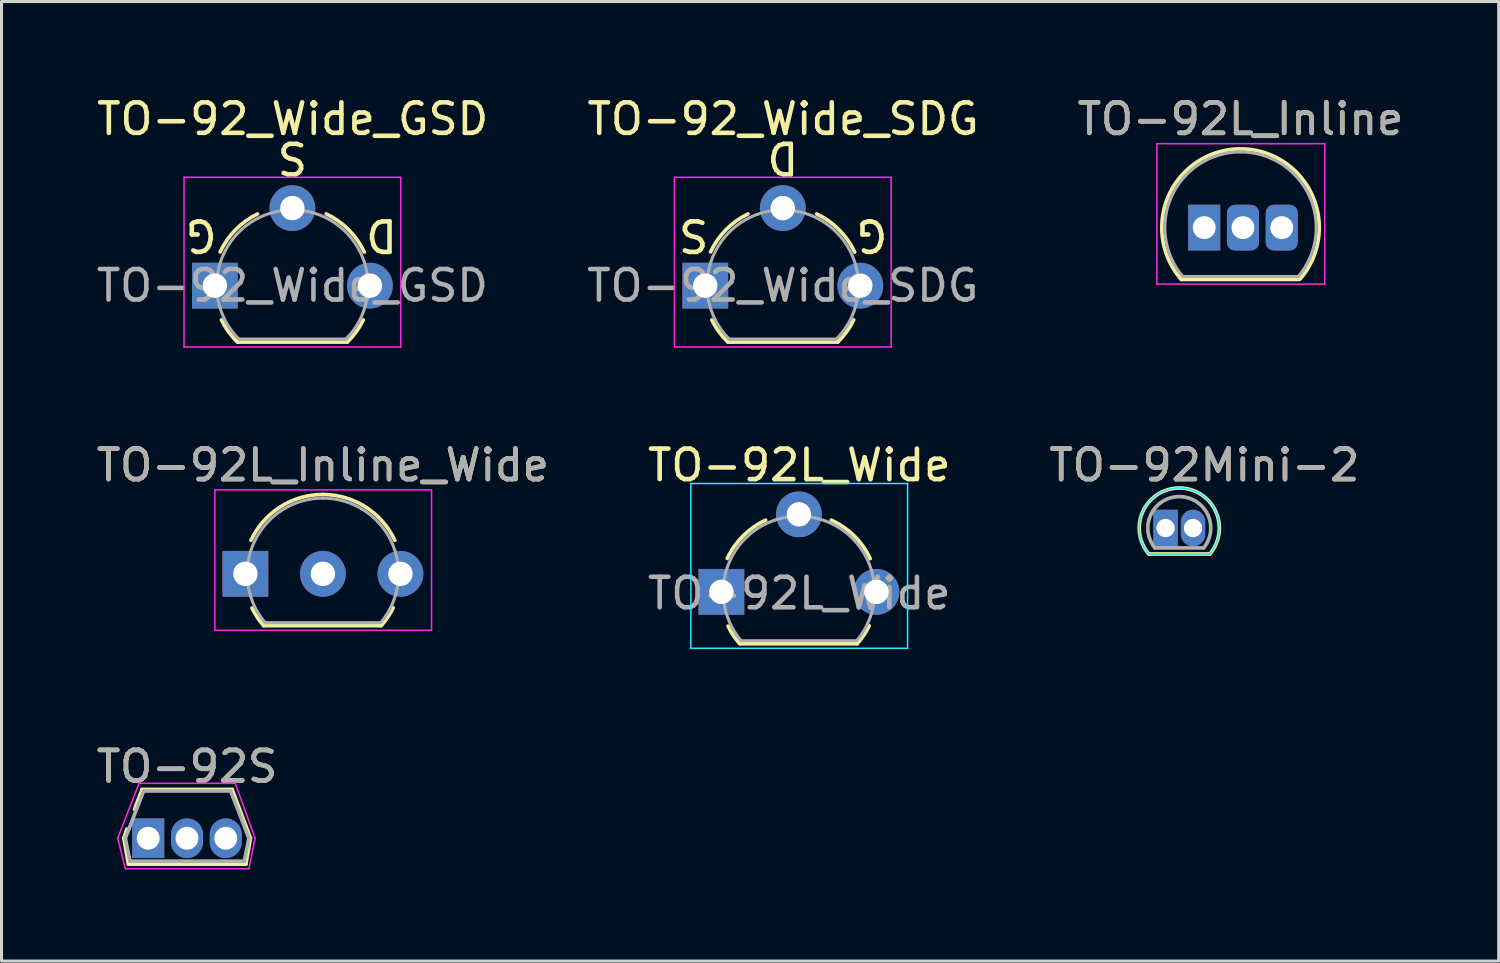
<source format=kicad_pcb>
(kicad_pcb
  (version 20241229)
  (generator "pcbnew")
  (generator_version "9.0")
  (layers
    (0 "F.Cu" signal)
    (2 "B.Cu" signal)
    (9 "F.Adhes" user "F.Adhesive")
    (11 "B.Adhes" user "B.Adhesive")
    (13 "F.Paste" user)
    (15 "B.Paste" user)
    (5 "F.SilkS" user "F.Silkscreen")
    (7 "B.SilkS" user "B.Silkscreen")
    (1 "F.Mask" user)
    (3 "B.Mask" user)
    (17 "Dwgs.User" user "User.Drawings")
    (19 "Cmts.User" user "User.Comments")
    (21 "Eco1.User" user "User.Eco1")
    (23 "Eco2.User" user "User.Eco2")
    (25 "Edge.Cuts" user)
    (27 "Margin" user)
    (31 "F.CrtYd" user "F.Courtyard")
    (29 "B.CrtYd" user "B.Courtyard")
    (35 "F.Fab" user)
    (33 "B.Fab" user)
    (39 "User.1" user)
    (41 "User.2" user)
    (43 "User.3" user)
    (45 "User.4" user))
  (footprint "TO-92Mini-2"
    (layer "F.Cu")
    (at 35.141 14.252)
    (property "Reference" "TO-92Mini-2" (at 1.27 -2.06 0) (layer "F.SilkS") (effects (font (size 1 1) (thickness 0.15))))
    (attr through_hole)
    (fp_line (start -0.55 0.85) (end 1.45 0.85) (stroke (width 0.12) (type solid)) (layer "F.SilkS"))
    (fp_arc (start -0.55 0.85) (mid 0.45 -1.31244) (end 1.45 0.85) (stroke (width 0.12) (type solid)) (layer "F.SilkS"))
    (fp_line (start -0.55 0.85) (end 1.45 0.85) (stroke (width 0.05) (type solid)) (layer "B.CrtYd"))
    (fp_arc (start -0.550431 0.849492) (mid 0.450333 -1.31244) (end 1.45 0.85) (stroke (width 0.05) (type solid)) (layer "B.CrtYd"))
    (fp_line (start -0.35 0.65) (end 1.25 0.65) (stroke (width 0.12) (type solid)) (layer "F.Fab"))
    (fp_arc (start -0.349861 0.650171) (mid 0.44989 -1.030776) (end 1.25 0.65) (stroke (width 0.12) (type solid)) (layer "F.Fab"))
    (fp_text user "${REFERENCE}" (at 1.27 -2.06 0) (layer "F.Fab") (effects (font (size 1 1) (thickness 0.15))))
    (pad "1" thru_hole rect (at 0 0 180) (size 0.8 1.2) (drill 0.6) (layers "*.Cu" "*.Mask"))
    (pad "2" thru_hole oval (at 0.9 0 180) (size 0.8 1.2) (drill 0.6) (layers "*.Cu" "*.Mask")))
  (footprint "TO-92L_Inline"
    (layer "F.Cu")
    (at 36.407 4.408)
    (property "Reference" "TO-92L_Inline" (at 1.19 -3.56 0) (layer "F.SilkS") (effects (font (size 1 1) (thickness 0.15))))
    (attr through_hole)
    (fp_line (start -0.75 1.7) (end 3.1 1.7) (stroke (width 0.12) (type solid)) (layer "F.SilkS"))
    (fp_arc (start -0.75 1.7) (mid 1.183448 -2.579449) (end 3.138611 1.690122) (stroke (width 0.12) (type solid)) (layer "F.SilkS"))
    (fp_line (start -1.55 -2.75) (end -1.55 1.85) (stroke (width 0.05) (type solid)) (layer "F.CrtYd"))
    (fp_line (start -1.55 -2.75) (end 3.95 -2.75) (stroke (width 0.05) (type solid)) (layer "F.CrtYd"))
    (fp_line (start 3.95 1.85) (end -1.55 1.85) (stroke (width 0.05) (type solid)) (layer "F.CrtYd"))
    (fp_line (start 3.95 1.85) (end 3.95 -2.75) (stroke (width 0.05) (type solid)) (layer "F.CrtYd"))
    (fp_line (start -0.7 1.6) (end 3.05 1.6) (stroke (width 0.1) (type solid)) (layer "F.Fab"))
    (fp_arc (start -0.702818 1.602385) (mid -1.059924 -1.043188) (end 1.19 -2.48) (stroke (width 0.1) (type solid)) (layer "F.Fab"))
    (fp_arc (start 1.19 -2.48) (mid 3.437211 -1.049019) (end 3.091103 1.592547) (stroke (width 0.1) (type solid)) (layer "F.Fab"))
    (fp_text user "${REFERENCE}" (at 1.19 -3.56 0) (layer "F.Fab") (effects (font (size 1 1) (thickness 0.15))))
    (pad "1" thru_hole rect (at 0 0) (size 1.05 1.5) (drill 0.75) (layers "*.Cu" "*.Mask"))
    (pad "2" thru_hole roundrect (at 1.27 0) (size 1.05 1.5) (drill 0.75) (layers "*.Cu" "*.Mask") (roundrect_rratio 0.25))
    (pad "3" thru_hole roundrect (at 2.54 0) (size 1.05 1.5) (drill 0.75) (layers "*.Cu" "*.Mask") (roundrect_rratio 0.25)))
  (footprint "TO-92_Wide_GSD"
    (layer "F.Cu")
    (at 3.99 6.309)
    (property "Reference" "TO-92_Wide_GSD" (at 2.55 -5.461 0) (layer "F.SilkS") (effects (font (size 1 1) (thickness 0.15))))
    (fp_line (start 0.74 1.85) (end 4.34 1.85) (stroke (width 0.12) (type solid)) (layer "F.SilkS"))
    (fp_arc (start 0.172801 -1.103842) (mid 0.678995 -1.832692) (end 1.4 -2.35) (stroke (width 0.12) (type solid)) (layer "F.SilkS"))
    (fp_arc (start 0.74 1.85) (mid 0.446097 1.509328) (end 0.215816 1.122795) (stroke (width 0.12) (type solid)) (layer "F.SilkS"))
    (fp_arc (start 3.65 -2.35) (mid 4.382279 -1.833196) (end 4.895458 -1.098371) (stroke (width 0.12) (type solid)) (layer "F.SilkS"))
    (fp_arc (start 4.864184 1.122795) (mid 4.633903 1.509328) (end 4.34 1.85) (stroke (width 0.12) (type solid)) (layer "F.SilkS"))
    (fp_line (start -1.01 -3.55) (end -1.01 2.01) (stroke (width 0.05) (type solid)) (layer "F.CrtYd"))
    (fp_line (start -1.01 -3.55) (end 6.09 -3.55) (stroke (width 0.05) (type solid)) (layer "F.CrtYd"))
    (fp_line (start 6.09 2.01) (end -1.01 2.01) (stroke (width 0.05) (type solid)) (layer "F.CrtYd"))
    (fp_line (start 6.09 2.01) (end 6.09 -3.55) (stroke (width 0.05) (type solid)) (layer "F.CrtYd"))
    (fp_line (start 0.8 1.75) (end 4.3 1.75) (stroke (width 0.1) (type solid)) (layer "F.Fab"))
    (fp_arc (start 0.786375 1.753625) (mid 0.248779 -0.949055) (end 2.54 -2.48) (stroke (width 0.1) (type solid)) (layer "F.Fab"))
    (fp_arc (start 2.54 -2.48) (mid 4.831221 -0.949055) (end 4.293625 1.753625) (stroke (width 0.1) (type solid)) (layer "F.Fab"))
    (fp_text user "D" (at 5.461 -1.651 180) (unlocked yes) (layer "F.SilkS") (effects (font (size 1 1) (thickness 0.15))))
    (fp_text user "S" (at 2.54 -4.191 180) (unlocked yes) (layer "F.SilkS") (effects (font (size 1 1) (thickness 0.15))))
    (fp_text user "G" (at -0.445 -1.651 180) (unlocked yes) (layer "F.SilkS") (effects (font (size 1 1) (thickness 0.15))))
    (fp_text user "${REFERENCE}" (at 2.54 0 0) (layer "F.Fab") (effects (font (size 1 1) (thickness 0.15))))
    (pad "1" thru_hole rect (at 0 0 90) (size 1.5 1.5) (drill 0.8) (layers "*.Cu" "*.Mask"))
    (pad "2" thru_hole circle (at 2.54 -2.54 90) (size 1.5 1.5) (drill 0.8) (layers "*.Cu" "*.Mask"))
    (pad "3" thru_hole circle (at 5.08 0 90) (size 1.5 1.5) (drill 0.8) (layers "*.Cu" "*.Mask")))
  (footprint "TO-92L_Inline_Wide"
    (layer "F.Cu")
    (at 4.99 15.752)
    (property "Reference" "TO-92L_Inline_Wide" (at 2.54 -3.56 0) (layer "F.SilkS") (effects (font (size 1 1) (thickness 0.15))))
    (attr through_hole)
    (fp_line (start 0.6 1.7) (end 4.45 1.7) (stroke (width 0.12) (type solid)) (layer "F.SilkS"))
    (fp_arc (start 0.1836 -1.098807) (mid 1.143021 -2.192817) (end 2.54 -2.6) (stroke (width 0.12) (type solid)) (layer "F.SilkS"))
    (fp_arc (start 0.6 1.7) (mid 0.389183 1.423933) (end 0.217369 1.122045) (stroke (width 0.12) (type solid)) (layer "F.SilkS"))
    (fp_arc (start 2.54 -2.6) (mid 3.936979 -2.192818) (end 4.8964 -1.098807) (stroke (width 0.12) (type solid)) (layer "F.SilkS"))
    (fp_arc (start 4.842383 1.112264) (mid 4.666594 1.419753) (end 4.45 1.7) (stroke (width 0.12) (type solid)) (layer "F.SilkS"))
    (fp_line (start -1 -2.75) (end -1 1.85) (stroke (width 0.05) (type solid)) (layer "F.CrtYd"))
    (fp_line (start -1 -2.75) (end 6.1 -2.75) (stroke (width 0.05) (type solid)) (layer "F.CrtYd"))
    (fp_line (start 6.1 1.85) (end -1 1.85) (stroke (width 0.05) (type solid)) (layer "F.CrtYd"))
    (fp_line (start 6.1 1.85) (end 6.1 -2.75) (stroke (width 0.05) (type solid)) (layer "F.CrtYd"))
    (fp_line (start 0.65 1.6) (end 4.4 1.6) (stroke (width 0.1) (type solid)) (layer "F.Fab"))
    (fp_arc (start 0.647182 1.602385) (mid 0.290076 -1.043188) (end 2.54 -2.48) (stroke (width 0.1) (type solid)) (layer "F.Fab"))
    (fp_arc (start 2.54 -2.48) (mid 4.787211 -1.049019) (end 4.441103 1.592547) (stroke (width 0.1) (type solid)) (layer "F.Fab"))
    (fp_text user "${REFERENCE}" (at 2.54 -3.56 0) (layer "F.Fab") (effects (font (size 1 1) (thickness 0.15))))
    (pad "1" thru_hole rect (at 0 0 90) (size 1.5 1.5) (drill 0.8) (layers "*.Cu" "*.Mask"))
    (pad "2" thru_hole circle (at 2.54 0 90) (size 1.5 1.5) (drill 0.8) (layers "*.Cu" "*.Mask"))
    (pad "3" thru_hole circle (at 5.08 0 90) (size 1.5 1.5) (drill 0.8) (layers "*.Cu" "*.Mask")))
  (footprint "TO-92_Wide_SDG"
    (layer "F.Cu")
    (at 20.059 6.309)
    (property "Reference" "TO-92_Wide_SDG" (at 2.55 -5.461 0) (layer "F.SilkS") (effects (font (size 1 1) (thickness 0.15))))
    (fp_line (start 0.74 1.85) (end 4.34 1.85) (stroke (width 0.12) (type solid)) (layer "F.SilkS"))
    (fp_arc (start 0.172801 -1.103842) (mid 0.678995 -1.832692) (end 1.4 -2.35) (stroke (width 0.12) (type solid)) (layer "F.SilkS"))
    (fp_arc (start 0.74 1.85) (mid 0.446097 1.509328) (end 0.215816 1.122795) (stroke (width 0.12) (type solid)) (layer "F.SilkS"))
    (fp_arc (start 3.65 -2.35) (mid 4.382279 -1.833196) (end 4.895458 -1.098371) (stroke (width 0.12) (type solid)) (layer "F.SilkS"))
    (fp_arc (start 4.864184 1.122795) (mid 4.633903 1.509328) (end 4.34 1.85) (stroke (width 0.12) (type solid)) (layer "F.SilkS"))
    (fp_line (start -1.01 -3.55) (end -1.01 2.01) (stroke (width 0.05) (type solid)) (layer "F.CrtYd"))
    (fp_line (start -1.01 -3.55) (end 6.09 -3.55) (stroke (width 0.05) (type solid)) (layer "F.CrtYd"))
    (fp_line (start 6.09 2.01) (end -1.01 2.01) (stroke (width 0.05) (type solid)) (layer "F.CrtYd"))
    (fp_line (start 6.09 2.01) (end 6.09 -3.55) (stroke (width 0.05) (type solid)) (layer "F.CrtYd"))
    (fp_line (start 0.8 1.75) (end 4.3 1.75) (stroke (width 0.1) (type solid)) (layer "F.Fab"))
    (fp_arc (start 0.786375 1.753625) (mid 0.248779 -0.949055) (end 2.54 -2.48) (stroke (width 0.1) (type solid)) (layer "F.Fab"))
    (fp_arc (start 2.54 -2.48) (mid 4.831221 -0.949055) (end 4.293625 1.753625) (stroke (width 0.1) (type solid)) (layer "F.Fab"))
    (fp_text user "S" (at -0.381 -1.651 180) (unlocked yes) (layer "F.SilkS") (effects (font (size 1 1) (thickness 0.15))))
    (fp_text user "D" (at 2.54 -4.191 180) (unlocked yes) (layer "F.SilkS") (effects (font (size 1 1) (thickness 0.15))))
    (fp_text user "G" (at 5.461 -1.651 180) (unlocked yes) (layer "F.SilkS") (effects (font (size 1 1) (thickness 0.15))))
    (fp_text user "${REFERENCE}" (at 2.54 0 0) (layer "F.Fab") (effects (font (size 1 1) (thickness 0.15))))
    (pad "1" thru_hole rect (at 0 0 90) (size 1.5 1.5) (drill 0.8) (layers "*.Cu" "*.Mask"))
    (pad "2" thru_hole circle (at 2.54 -2.54 90) (size 1.5 1.5) (drill 0.8) (layers "*.Cu" "*.Mask"))
    (pad "3" thru_hole circle (at 5.08 0 90) (size 1.5 1.5) (drill 0.8) (layers "*.Cu" "*.Mask")))
  (footprint "TO-92L_Wide"
    (layer "F.Cu")
    (at 20.587 16.343)
    (property "Reference" "TO-92L_Wide" (at 2.55 -4.15 0) (layer "F.SilkS") (effects (font (size 1 1) (thickness 0.15))))
    (attr through_hole)
    (fp_line (start 0.6 1.7) (end 4.45 1.7) (stroke (width 0.12) (type solid)) (layer "F.SilkS"))
    (fp_arc (start 0.192226 -1.094786) (mid 0.710119 -1.833613) (end 1.45 -2.35) (stroke (width 0.12) (type solid)) (layer "F.SilkS"))
    (fp_arc (start 0.6 1.7) (mid 0.389183 1.423933) (end 0.217369 1.122045) (stroke (width 0.12) (type solid)) (layer "F.SilkS"))
    (fp_arc (start 3.6 -2.35) (mid 4.351408 -1.834367) (end 4.876463 -1.089513) (stroke (width 0.12) (type solid)) (layer "F.SilkS"))
    (fp_arc (start 4.842383 1.112264) (mid 4.666594 1.419753) (end 4.45 1.7) (stroke (width 0.12) (type solid)) (layer "F.SilkS"))
    (fp_line (start -1 -3.55) (end -1 1.85) (stroke (width 0.05) (type solid)) (layer "B.CrtYd"))
    (fp_line (start -1 1.85) (end 6.1 1.85) (stroke (width 0.05) (type solid)) (layer "B.CrtYd"))
    (fp_line (start 6.1 -3.55) (end -1 -3.55) (stroke (width 0.05) (type solid)) (layer "B.CrtYd"))
    (fp_line (start 6.1 1.85) (end 6.1 -3.55) (stroke (width 0.05) (type solid)) (layer "B.CrtYd"))
    (fp_line (start 0.65 1.6) (end 4.4 1.6) (stroke (width 0.1) (type solid)) (layer "F.Fab"))
    (fp_arc (start 0.647182 1.602385) (mid 0.290076 -1.043188) (end 2.54 -2.48) (stroke (width 0.1) (type solid)) (layer "F.Fab"))
    (fp_arc (start 2.54 -2.48) (mid 4.787211 -1.049019) (end 4.441103 1.592547) (stroke (width 0.1) (type solid)) (layer "F.Fab"))
    (fp_text user "${REFERENCE}" (at 2.55 0.05 0) (layer "F.Fab") (effects (font (size 1 1) (thickness 0.15))))
    (pad "1" thru_hole rect (at 0 0 90) (size 1.5 1.5) (drill 0.8) (layers "*.Cu" "*.Mask"))
    (pad "2" thru_hole circle (at 2.54 -2.54 90) (size 1.5 1.5) (drill 0.8) (layers "*.Cu" "*.Mask"))
    (pad "3" thru_hole circle (at 5.08 0 90) (size 1.5 1.5) (drill 0.8) (layers "*.Cu" "*.Mask")))
  (footprint "TO-92S"
    (layer "F.Cu")
    (at 1.807 24.416)
    (property "Reference" "TO-92S" (at 1.27 -2.35 0) (layer "F.SilkS") (effects (font (size 1 1) (thickness 0.15))))
    (attr through_hole)
    (fp_line (start -0.8 0) (end -0.65 0.85) (stroke (width 0.12) (type solid)) (layer "F.SilkS"))
    (fp_line (start -0.7 -0.3) (end -0.8 0) (stroke (width 0.12) (type solid)) (layer "F.SilkS"))
    (fp_line (start -0.65 0.85) (end 3.2 0.85) (stroke (width 0.12) (type solid)) (layer "F.SilkS"))
    (fp_line (start -0.2 -1.6) (end -0.45 -0.95) (stroke (width 0.12) (type solid)) (layer "F.SilkS"))
    (fp_line (start 2.75 -1.6) (end -0.2 -1.6) (stroke (width 0.12) (type solid)) (layer "F.SilkS"))
    (fp_line (start 3.2 0.85) (end 3.35 0) (stroke (width 0.12) (type solid)) (layer "F.SilkS"))
    (fp_line (start 3.35 0) (end 2.75 -1.6) (stroke (width 0.12) (type solid)) (layer "F.SilkS"))
    (fp_line (start -1 0) (end -0.75 1) (stroke (width 0.05) (type solid)) (layer "F.CrtYd"))
    (fp_line (start -0.75 1) (end 3.3 1) (stroke (width 0.05) (type solid)) (layer "F.CrtYd"))
    (fp_line (start -0.3 -1.8) (end -1 0) (stroke (width 0.05) (type solid)) (layer "F.CrtYd"))
    (fp_line (start 2.85 -1.8) (end -0.3 -1.8) (stroke (width 0.05) (type solid)) (layer "F.CrtYd"))
    (fp_line (start 3.3 1) (end 3.5 0) (stroke (width 0.05) (type solid)) (layer "F.CrtYd"))
    (fp_line (start 3.5 0) (end 2.85 -1.8) (stroke (width 0.05) (type solid)) (layer "F.CrtYd"))
    (fp_line (start -0.75 0) (end -0.15 -1.55) (stroke (width 0.12) (type solid)) (layer "F.Fab"))
    (fp_line (start -0.6 0.75) (end -0.75 0) (stroke (width 0.12) (type solid)) (layer "F.Fab"))
    (fp_line (start -0.6 0.75) (end 3.15 0.75) (stroke (width 0.12) (type solid)) (layer "F.Fab"))
    (fp_line (start -0.15 -1.55) (end 2.7 -1.55) (stroke (width 0.12) (type solid)) (layer "F.Fab"))
    (fp_line (start 3.15 0.75) (end 3.3 0) (stroke (width 0.12) (type solid)) (layer "F.Fab"))
    (fp_line (start 3.3 0) (end 2.7 -1.55) (stroke (width 0.12) (type solid)) (layer "F.Fab"))
    (fp_text user "${REFERENCE}" (at 1.27 -2.35 0) (layer "F.Fab") (effects (font (size 1 1) (thickness 0.15))))
    (pad "1" thru_hole rect (at 0 0 180) (size 1.05 1.3) (drill 0.75) (layers "*.Cu" "*.Mask"))
    (pad "2" thru_hole oval (at 1.27 0 180) (size 1.05 1.3) (drill 0.75) (layers "*.Cu" "*.Mask"))
    (pad "3" thru_hole oval (at 2.54 0 180) (size 1.05 1.3) (drill 0.75) (layers "*.Cu" "*.Mask")))
  (gr_rect
    (start -3 -3)
    (end 46.056 28.441)
    (stroke (width 0.1) (type default))
    (fill no)
    (layer "Edge.Cuts")))
</source>
